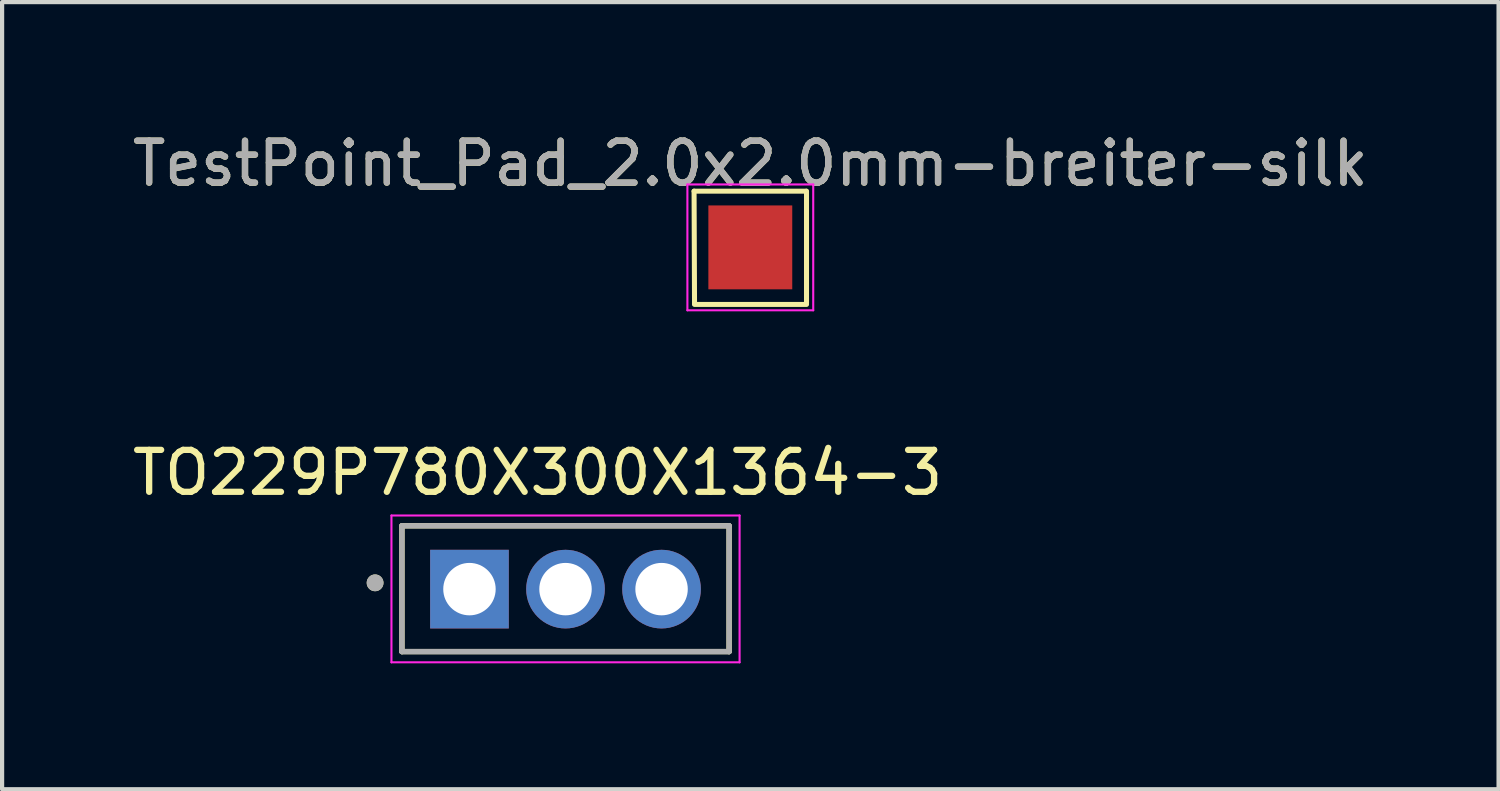
<source format=kicad_pcb>
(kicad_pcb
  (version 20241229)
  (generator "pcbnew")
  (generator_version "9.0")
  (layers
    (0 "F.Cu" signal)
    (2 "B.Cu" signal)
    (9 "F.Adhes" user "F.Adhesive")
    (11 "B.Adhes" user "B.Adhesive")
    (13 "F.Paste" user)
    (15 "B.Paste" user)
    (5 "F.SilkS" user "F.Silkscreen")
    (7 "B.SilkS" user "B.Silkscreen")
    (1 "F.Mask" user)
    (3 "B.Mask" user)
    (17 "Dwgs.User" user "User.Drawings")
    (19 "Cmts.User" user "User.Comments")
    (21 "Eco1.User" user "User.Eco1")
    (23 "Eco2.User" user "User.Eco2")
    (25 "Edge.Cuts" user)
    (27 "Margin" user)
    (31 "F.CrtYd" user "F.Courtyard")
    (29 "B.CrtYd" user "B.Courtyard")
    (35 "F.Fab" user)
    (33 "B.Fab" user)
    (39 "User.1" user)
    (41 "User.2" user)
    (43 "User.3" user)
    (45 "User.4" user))
  (footprint "TO229P780X300X1364-3"
    (layer "F.Cu")
    (at 8.143 10.996)
    (property "Reference" "TO229P780X300X1364-3" (at 1.625 -2.775 0) (layer "F.SilkS") (effects (font (size 1 1) (thickness 0.15))))
    (attr through_hole)
    (fp_line (start -1.61 -1.51) (end 6.19 -1.51) (stroke (width 0.127) (type solid)) (layer "F.SilkS"))
    (fp_line (start -1.61 1.49) (end -1.61 -1.51) (stroke (width 0.127) (type solid)) (layer "F.SilkS"))
    (fp_line (start 6.19 -1.51) (end 6.19 1.49) (stroke (width 0.127) (type solid)) (layer "F.SilkS"))
    (fp_line (start 6.19 1.49) (end -1.61 1.49) (stroke (width 0.127) (type solid)) (layer "F.SilkS"))
    (fp_circle (center -2.25 -0.15) (end -2.15 -0.15) (stroke (width 0.2) (type solid)) (fill no) (layer "F.SilkS"))
    (fp_line (start -1.86 -1.755) (end 6.44 -1.755) (stroke (width 0.05) (type solid)) (layer "F.CrtYd"))
    (fp_line (start -1.86 1.745) (end -1.86 -1.755) (stroke (width 0.05) (type solid)) (layer "F.CrtYd"))
    (fp_line (start 6.44 -1.755) (end 6.44 1.745) (stroke (width 0.05) (type solid)) (layer "F.CrtYd"))
    (fp_line (start 6.44 1.745) (end -1.86 1.745) (stroke (width 0.05) (type solid)) (layer "F.CrtYd"))
    (fp_line (start -1.61 -1.51) (end 6.19 -1.51) (stroke (width 0.127) (type solid)) (layer "F.Fab"))
    (fp_line (start -1.61 1.49) (end -1.61 -1.51) (stroke (width 0.127) (type solid)) (layer "F.Fab"))
    (fp_line (start 6.19 -1.51) (end 6.19 1.49) (stroke (width 0.127) (type solid)) (layer "F.Fab"))
    (fp_line (start 6.19 1.49) (end -1.61 1.49) (stroke (width 0.127) (type solid)) (layer "F.Fab"))
    (fp_circle (center -2.25 -0.15) (end -2.15 -0.15) (stroke (width 0.2) (type solid)) (fill no) (layer "F.Fab"))
    (pad "1" thru_hole rect (at 0 0) (size 1.875 1.875) (drill 1.25) (layers "*.Cu" "*.Mask"))
    (pad "2" thru_hole circle (at 2.29 0) (size 1.875 1.875) (drill 1.25) (layers "*.Cu" "*.Mask"))
    (pad "3" thru_hole circle (at 4.58 0) (size 1.875 1.875) (drill 1.25) (layers "*.Cu" "*.Mask")))
  (footprint "TestPoint_Pad_2.0x2.0mm-breiter-silk"
    (layer "F.Cu")
    (at 14.839 2.848)
    (property "Reference" "TestPoint_Pad_2.0x2.0mm-breiter-silk" (at 0 -1.998 0) (layer "F.SilkS") (effects (font (size 1 1) (thickness 0.15))))
    (attr exclude_from_pos_files)
    (fp_line (start -1.341 -1.34) (end 1.33 -1.34) (stroke (width 0.12) (type solid)) (layer "F.SilkS"))
    (fp_line (start -1.33 1.34) (end -1.341 -1.34) (stroke (width 0.12) (type solid)) (layer "F.SilkS"))
    (fp_line (start 1.34 -1.34) (end 1.34 1.33) (stroke (width 0.12) (type solid)) (layer "F.SilkS"))
    (fp_line (start 1.34 1.36) (end -1.33 1.36) (stroke (width 0.12) (type solid)) (layer "F.SilkS"))
    (fp_line (start -1.5 -1.5) (end -1.5 1.5) (stroke (width 0.05) (type solid)) (layer "F.CrtYd"))
    (fp_line (start -1.5 -1.5) (end 1.5 -1.5) (stroke (width 0.05) (type solid)) (layer "F.CrtYd"))
    (fp_line (start 1.5 1.5) (end -1.5 1.5) (stroke (width 0.05) (type solid)) (layer "F.CrtYd"))
    (fp_line (start 1.5 1.5) (end 1.5 -1.5) (stroke (width 0.05) (type solid)) (layer "F.CrtYd"))
    (fp_text user "${REFERENCE}" (at 0 -2 0) (layer "F.Fab") (effects (font (size 1 1) (thickness 0.15))))
    (pad "1" smd rect (at 0 0) (size 2 2) (layers "F.Cu" "F.Mask")))
  (gr_rect
    (start -3 -3)
    (end 32.679 15.767)
    (stroke (width 0.1) (type default))
    (fill no)
    (layer "Edge.Cuts")))
</source>
